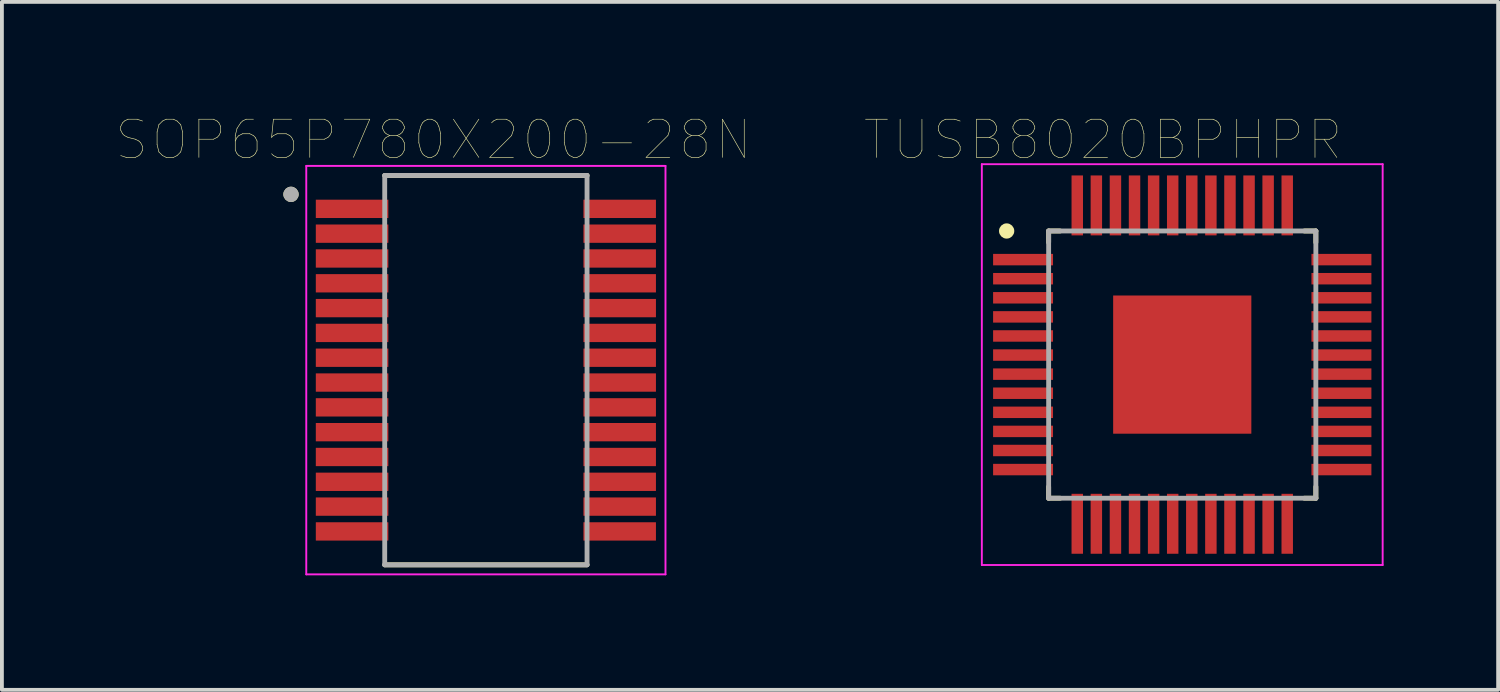
<source format=kicad_pcb>
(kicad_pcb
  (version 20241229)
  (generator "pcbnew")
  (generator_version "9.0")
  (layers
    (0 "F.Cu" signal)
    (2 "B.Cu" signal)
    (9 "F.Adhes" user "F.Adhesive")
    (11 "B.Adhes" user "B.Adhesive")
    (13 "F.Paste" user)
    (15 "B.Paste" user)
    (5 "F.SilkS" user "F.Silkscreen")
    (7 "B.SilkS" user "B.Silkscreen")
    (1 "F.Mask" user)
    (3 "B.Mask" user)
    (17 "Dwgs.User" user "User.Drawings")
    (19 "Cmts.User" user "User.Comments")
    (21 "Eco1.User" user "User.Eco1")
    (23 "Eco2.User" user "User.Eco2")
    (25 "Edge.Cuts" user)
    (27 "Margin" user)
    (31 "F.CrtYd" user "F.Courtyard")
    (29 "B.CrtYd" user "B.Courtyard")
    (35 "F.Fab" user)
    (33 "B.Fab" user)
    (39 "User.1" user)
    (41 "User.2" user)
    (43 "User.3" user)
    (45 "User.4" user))
  (footprint "TUSB8020BPHPR"
    (layer "F.Cu")
    (at 27.92 6.501)
    (property "Reference" "TUSB8020BPHPR" (at -2.076 -5.889 0) (layer "F.SilkS") (effects (font (size 1.001 1.001) (thickness 0.015))))
    (attr through_hole)
    (fp_line (start -3.5 -3.5) (end -3.5 -3.2) (stroke (width 0.127) (type solid)) (layer "F.SilkS"))
    (fp_line (start -3.5 3.2) (end -3.5 3.5) (stroke (width 0.127) (type solid)) (layer "F.SilkS"))
    (fp_line (start -3.5 3.5) (end -3.2 3.5) (stroke (width 0.127) (type solid)) (layer "F.SilkS"))
    (fp_line (start -3.2 -3.5) (end -3.5 -3.5) (stroke (width 0.127) (type solid)) (layer "F.SilkS"))
    (fp_line (start 3.2 3.5) (end 3.5 3.5) (stroke (width 0.127) (type solid)) (layer "F.SilkS"))
    (fp_line (start 3.5 -3.5) (end 3.2 -3.5) (stroke (width 0.127) (type solid)) (layer "F.SilkS"))
    (fp_line (start 3.5 -3.2) (end 3.5 -3.5) (stroke (width 0.127) (type solid)) (layer "F.SilkS"))
    (fp_line (start 3.5 3.5) (end 3.5 3.2) (stroke (width 0.127) (type solid)) (layer "F.SilkS"))
    (fp_circle (center -4.6 -3.5) (end -4.5 -3.5) (stroke (width 0.2) (type solid)) (fill no) (layer "F.SilkS"))
    (fp_poly (pts (xy -1.201 -1.2) (xy 1.2 -1.2) (xy 1.2 1.201) (xy -1.201 1.201)) (stroke (width 0.01) (type solid)) (fill yes) (layer "F.Paste"))
    (fp_line (start -5.25 -5.25) (end 5.25 -5.25) (stroke (width 0.05) (type solid)) (layer "F.CrtYd"))
    (fp_line (start -5.25 5.25) (end -5.25 -5.25) (stroke (width 0.05) (type solid)) (layer "F.CrtYd"))
    (fp_line (start 5.25 -5.25) (end 5.25 5.25) (stroke (width 0.05) (type solid)) (layer "F.CrtYd"))
    (fp_line (start 5.25 5.25) (end -5.25 5.25) (stroke (width 0.05) (type solid)) (layer "F.CrtYd"))
    (fp_line (start -3.5 -3.5) (end 3.5 -3.5) (stroke (width 0.127) (type solid)) (layer "F.Fab"))
    (fp_line (start -3.5 3.5) (end -3.5 -3.5) (stroke (width 0.127) (type solid)) (layer "F.Fab"))
    (fp_line (start 3.5 -3.5) (end 3.5 3.5) (stroke (width 0.127) (type solid)) (layer "F.Fab"))
    (fp_line (start 3.5 3.5) (end -3.5 3.5) (stroke (width 0.127) (type solid)) (layer "F.Fab"))
    (pad "1" smd rect (at -4.17 -2.75) (size 1.57 0.3) (layers "F.Cu" "F.Mask" "F.Paste"))
    (pad "2" smd rect (at -4.17 -2.25) (size 1.57 0.3) (layers "F.Cu" "F.Mask" "F.Paste"))
    (pad "3" smd rect (at -4.17 -1.75) (size 1.57 0.3) (layers "F.Cu" "F.Mask" "F.Paste"))
    (pad "4" smd rect (at -4.17 -1.25) (size 1.57 0.3) (layers "F.Cu" "F.Mask" "F.Paste"))
    (pad "5" smd rect (at -4.17 -0.75) (size 1.57 0.3) (layers "F.Cu" "F.Mask" "F.Paste"))
    (pad "6" smd rect (at -4.17 -0.25) (size 1.57 0.3) (layers "F.Cu" "F.Mask" "F.Paste"))
    (pad "7" smd rect (at -4.17 0.25) (size 1.57 0.3) (layers "F.Cu" "F.Mask" "F.Paste"))
    (pad "8" smd rect (at -4.17 0.75) (size 1.57 0.3) (layers "F.Cu" "F.Mask" "F.Paste"))
    (pad "9" smd rect (at -4.17 1.25) (size 1.57 0.3) (layers "F.Cu" "F.Mask" "F.Paste"))
    (pad "10" smd rect (at -4.17 1.75) (size 1.57 0.3) (layers "F.Cu" "F.Mask" "F.Paste"))
    (pad "11" smd rect (at -4.17 2.25) (size 1.57 0.3) (layers "F.Cu" "F.Mask" "F.Paste"))
    (pad "12" smd rect (at -4.17 2.75) (size 1.57 0.3) (layers "F.Cu" "F.Mask" "F.Paste"))
    (pad "13" smd rect (at -2.75 4.17) (size 0.3 1.57) (layers "F.Cu" "F.Mask" "F.Paste"))
    (pad "14" smd rect (at -2.25 4.17) (size 0.3 1.57) (layers "F.Cu" "F.Mask" "F.Paste"))
    (pad "15" smd rect (at -1.75 4.17) (size 0.3 1.57) (layers "F.Cu" "F.Mask" "F.Paste"))
    (pad "16" smd rect (at -1.25 4.17) (size 0.3 1.57) (layers "F.Cu" "F.Mask" "F.Paste"))
    (pad "17" smd rect (at -0.75 4.17) (size 0.3 1.57) (layers "F.Cu" "F.Mask" "F.Paste"))
    (pad "18" smd rect (at -0.25 4.17) (size 0.3 1.57) (layers "F.Cu" "F.Mask" "F.Paste"))
    (pad "19" smd rect (at 0.25 4.17) (size 0.3 1.57) (layers "F.Cu" "F.Mask" "F.Paste"))
    (pad "20" smd rect (at 0.75 4.17) (size 0.3 1.57) (layers "F.Cu" "F.Mask" "F.Paste"))
    (pad "21" smd rect (at 1.25 4.17) (size 0.3 1.57) (layers "F.Cu" "F.Mask" "F.Paste"))
    (pad "22" smd rect (at 1.75 4.17) (size 0.3 1.57) (layers "F.Cu" "F.Mask" "F.Paste"))
    (pad "23" smd rect (at 2.25 4.17) (size 0.3 1.57) (layers "F.Cu" "F.Mask" "F.Paste"))
    (pad "24" smd rect (at 2.75 4.17) (size 0.3 1.57) (layers "F.Cu" "F.Mask" "F.Paste"))
    (pad "25" smd rect (at 4.17 2.75) (size 1.57 0.3) (layers "F.Cu" "F.Mask" "F.Paste"))
    (pad "26" smd rect (at 4.17 2.25) (size 1.57 0.3) (layers "F.Cu" "F.Mask" "F.Paste"))
    (pad "27" smd rect (at 4.17 1.75) (size 1.57 0.3) (layers "F.Cu" "F.Mask" "F.Paste"))
    (pad "28" smd rect (at 4.17 1.25) (size 1.57 0.3) (layers "F.Cu" "F.Mask" "F.Paste"))
    (pad "29" smd rect (at 4.17 0.75) (size 1.57 0.3) (layers "F.Cu" "F.Mask" "F.Paste"))
    (pad "30" smd rect (at 4.17 0.25) (size 1.57 0.3) (layers "F.Cu" "F.Mask" "F.Paste"))
    (pad "31" smd rect (at 4.17 -0.25) (size 1.57 0.3) (layers "F.Cu" "F.Mask" "F.Paste"))
    (pad "32" smd rect (at 4.17 -0.75) (size 1.57 0.3) (layers "F.Cu" "F.Mask" "F.Paste"))
    (pad "33" smd rect (at 4.17 -1.25) (size 1.57 0.3) (layers "F.Cu" "F.Mask" "F.Paste"))
    (pad "34" smd rect (at 4.17 -1.75) (size 1.57 0.3) (layers "F.Cu" "F.Mask" "F.Paste"))
    (pad "35" smd rect (at 4.17 -2.25) (size 1.57 0.3) (layers "F.Cu" "F.Mask" "F.Paste"))
    (pad "36" smd rect (at 4.17 -2.75) (size 1.57 0.3) (layers "F.Cu" "F.Mask" "F.Paste"))
    (pad "37" smd rect (at 2.75 -4.17) (size 0.3 1.57) (layers "F.Cu" "F.Mask" "F.Paste"))
    (pad "38" smd rect (at 2.25 -4.17) (size 0.3 1.57) (layers "F.Cu" "F.Mask" "F.Paste"))
    (pad "39" smd rect (at 1.75 -4.17) (size 0.3 1.57) (layers "F.Cu" "F.Mask" "F.Paste"))
    (pad "40" smd rect (at 1.25 -4.17) (size 0.3 1.57) (layers "F.Cu" "F.Mask" "F.Paste"))
    (pad "41" smd rect (at 0.75 -4.17) (size 0.3 1.57) (layers "F.Cu" "F.Mask" "F.Paste"))
    (pad "42" smd rect (at 0.25 -4.17) (size 0.3 1.57) (layers "F.Cu" "F.Mask" "F.Paste"))
    (pad "43" smd rect (at -0.25 -4.17) (size 0.3 1.57) (layers "F.Cu" "F.Mask" "F.Paste"))
    (pad "44" smd rect (at -0.75 -4.17) (size 0.3 1.57) (layers "F.Cu" "F.Mask" "F.Paste"))
    (pad "45" smd rect (at -1.25 -4.17) (size 0.3 1.57) (layers "F.Cu" "F.Mask" "F.Paste"))
    (pad "46" smd rect (at -1.75 -4.17) (size 0.3 1.57) (layers "F.Cu" "F.Mask" "F.Paste"))
    (pad "47" smd rect (at -2.25 -4.17) (size 0.3 1.57) (layers "F.Cu" "F.Mask" "F.Paste"))
    (pad "48" smd rect (at -2.75 -4.17) (size 0.3 1.57) (layers "F.Cu" "F.Mask" "F.Paste"))
    (pad "49" smd rect (at 0 0) (size 3.62 3.62) (layers "F.Cu" "F.Mask")))
  (footprint "SOP65P780X200-28N"
    (layer "F.Cu")
    (at 9.678 6.646)
    (property "Reference" "SOP65P780X200-28N" (at -1.375 -6.035 0) (layer "F.SilkS") (effects (font (size 1 1) (thickness 0.015))))
    (attr through_hole)
    (fp_line (start -2.65 -5.1) (end 2.65 -5.1) (stroke (width 0.127) (type solid)) (layer "F.SilkS"))
    (fp_line (start -2.65 5.1) (end 2.65 5.1) (stroke (width 0.127) (type solid)) (layer "F.SilkS"))
    (fp_circle (center -5.105 -4.605) (end -5.005 -4.605) (stroke (width 0.2) (type solid)) (fill no) (layer "F.SilkS"))
    (fp_line (start -4.705 -5.35) (end -4.705 5.35) (stroke (width 0.05) (type solid)) (layer "F.CrtYd"))
    (fp_line (start -4.705 -5.35) (end 4.705 -5.35) (stroke (width 0.05) (type solid)) (layer "F.CrtYd"))
    (fp_line (start -4.705 5.35) (end 4.705 5.35) (stroke (width 0.05) (type solid)) (layer "F.CrtYd"))
    (fp_line (start 4.705 -5.35) (end 4.705 5.35) (stroke (width 0.05) (type solid)) (layer "F.CrtYd"))
    (fp_line (start -2.65 -5.1) (end -2.65 5.1) (stroke (width 0.127) (type solid)) (layer "F.Fab"))
    (fp_line (start -2.65 -5.1) (end 2.65 -5.1) (stroke (width 0.127) (type solid)) (layer "F.Fab"))
    (fp_line (start -2.65 5.1) (end 2.65 5.1) (stroke (width 0.127) (type solid)) (layer "F.Fab"))
    (fp_line (start 2.65 -5.1) (end 2.65 5.1) (stroke (width 0.127) (type solid)) (layer "F.Fab"))
    (fp_circle (center -5.105 -4.605) (end -5.005 -4.605) (stroke (width 0.2) (type solid)) (fill no) (layer "F.Fab"))
    (pad "1" smd rect (at -3.505 -4.225) (size 1.9 0.48) (layers "F.Cu" "F.Mask" "F.Paste"))
    (pad "2" smd rect (at -3.505 -3.575) (size 1.9 0.48) (layers "F.Cu" "F.Mask" "F.Paste"))
    (pad "3" smd rect (at -3.505 -2.925) (size 1.9 0.48) (layers "F.Cu" "F.Mask" "F.Paste"))
    (pad "4" smd rect (at -3.505 -2.275) (size 1.9 0.48) (layers "F.Cu" "F.Mask" "F.Paste"))
    (pad "5" smd rect (at -3.505 -1.625) (size 1.9 0.48) (layers "F.Cu" "F.Mask" "F.Paste"))
    (pad "6" smd rect (at -3.505 -0.975) (size 1.9 0.48) (layers "F.Cu" "F.Mask" "F.Paste"))
    (pad "7" smd rect (at -3.505 -0.325) (size 1.9 0.48) (layers "F.Cu" "F.Mask" "F.Paste"))
    (pad "8" smd rect (at -3.505 0.325) (size 1.9 0.48) (layers "F.Cu" "F.Mask" "F.Paste"))
    (pad "9" smd rect (at -3.505 0.975) (size 1.9 0.48) (layers "F.Cu" "F.Mask" "F.Paste"))
    (pad "10" smd rect (at -3.505 1.625) (size 1.9 0.48) (layers "F.Cu" "F.Mask" "F.Paste"))
    (pad "11" smd rect (at -3.505 2.275) (size 1.9 0.48) (layers "F.Cu" "F.Mask" "F.Paste"))
    (pad "12" smd rect (at -3.505 2.925) (size 1.9 0.48) (layers "F.Cu" "F.Mask" "F.Paste"))
    (pad "13" smd rect (at -3.505 3.575) (size 1.9 0.48) (layers "F.Cu" "F.Mask" "F.Paste"))
    (pad "14" smd rect (at -3.505 4.225) (size 1.9 0.48) (layers "F.Cu" "F.Mask" "F.Paste"))
    (pad "15" smd rect (at 3.505 4.225) (size 1.9 0.48) (layers "F.Cu" "F.Mask" "F.Paste"))
    (pad "16" smd rect (at 3.505 3.575) (size 1.9 0.48) (layers "F.Cu" "F.Mask" "F.Paste"))
    (pad "17" smd rect (at 3.505 2.925) (size 1.9 0.48) (layers "F.Cu" "F.Mask" "F.Paste"))
    (pad "18" smd rect (at 3.505 2.275) (size 1.9 0.48) (layers "F.Cu" "F.Mask" "F.Paste"))
    (pad "19" smd rect (at 3.505 1.625) (size 1.9 0.48) (layers "F.Cu" "F.Mask" "F.Paste"))
    (pad "20" smd rect (at 3.505 0.975) (size 1.9 0.48) (layers "F.Cu" "F.Mask" "F.Paste"))
    (pad "21" smd rect (at 3.505 0.325) (size 1.9 0.48) (layers "F.Cu" "F.Mask" "F.Paste"))
    (pad "22" smd rect (at 3.505 -0.325) (size 1.9 0.48) (layers "F.Cu" "F.Mask" "F.Paste"))
    (pad "23" smd rect (at 3.505 -0.975) (size 1.9 0.48) (layers "F.Cu" "F.Mask" "F.Paste"))
    (pad "24" smd rect (at 3.505 -1.625) (size 1.9 0.48) (layers "F.Cu" "F.Mask" "F.Paste"))
    (pad "25" smd rect (at 3.505 -2.275) (size 1.9 0.48) (layers "F.Cu" "F.Mask" "F.Paste"))
    (pad "26" smd rect (at 3.505 -2.925) (size 1.9 0.48) (layers "F.Cu" "F.Mask" "F.Paste"))
    (pad "27" smd rect (at 3.505 -3.575) (size 1.9 0.48) (layers "F.Cu" "F.Mask" "F.Paste"))
    (pad "28" smd rect (at 3.505 -4.225) (size 1.9 0.48) (layers "F.Cu" "F.Mask" "F.Paste")))
  (gr_rect
    (start -3 -3)
    (end 36.195 15.021)
    (stroke (width 0.1) (type default))
    (fill no)
    (layer "Edge.Cuts")))
</source>
